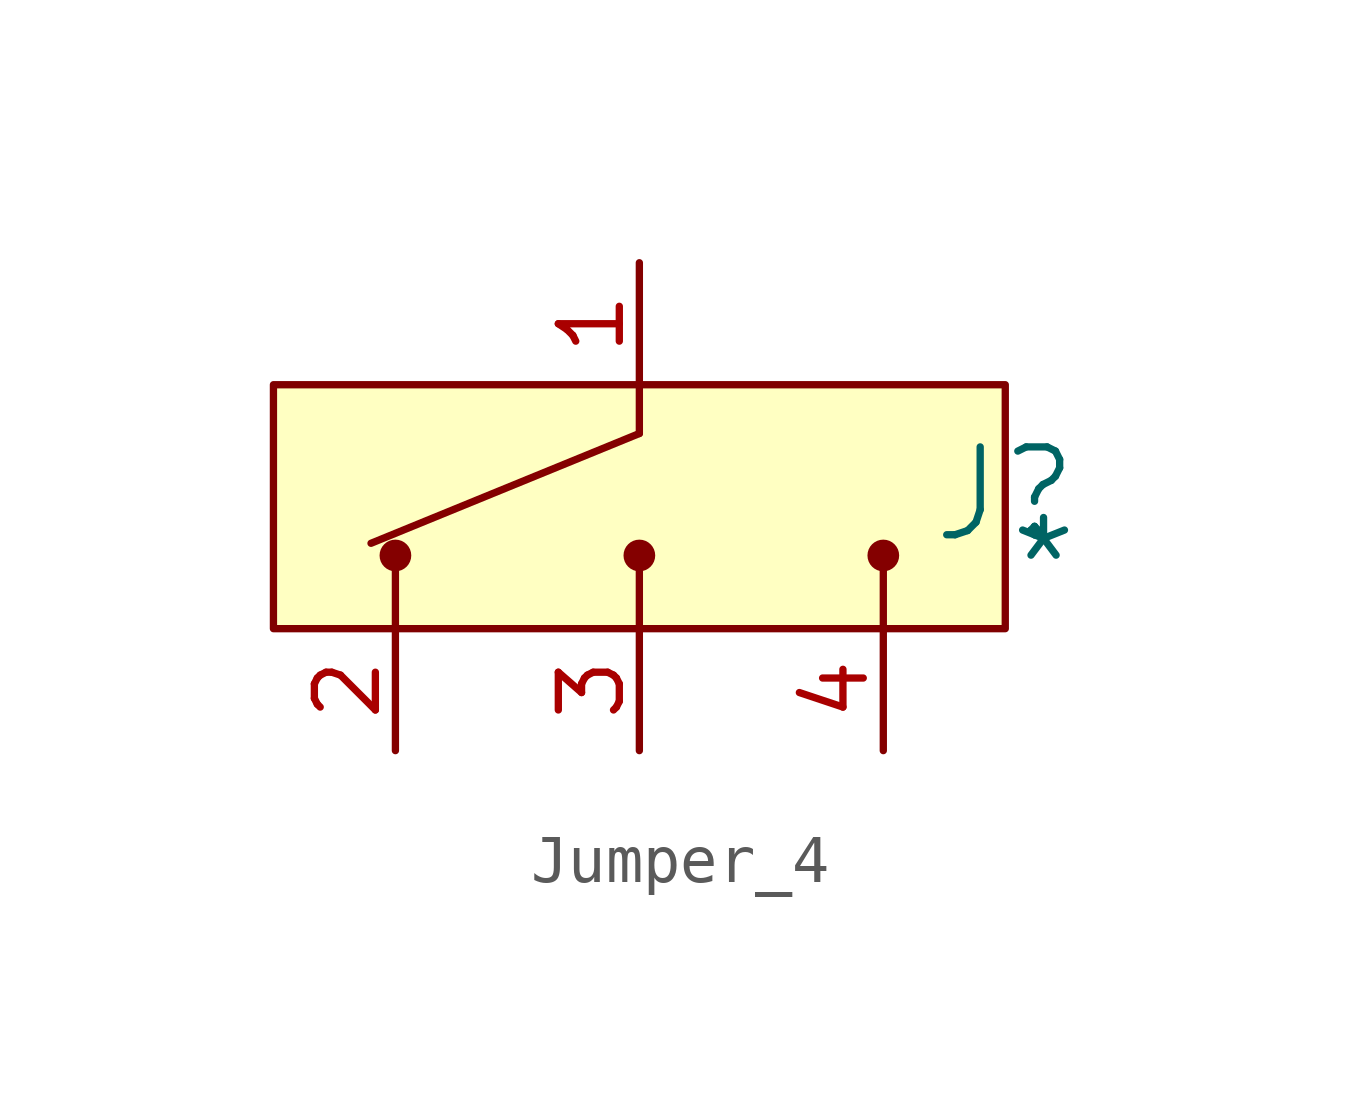
<source format=kicad_sym>
(kicad_symbol_lib
  (version 20241209)
  (generator "kicad_symbol_editor")
  (generator_version "9.0")
  (symbol "Jumper_4"
    (pin_names
      (hide yes))
    (property "Reference" "J"
      (at 15.24 -2.286 0)
      (effects (font (size 1.829 1.829))))
    (property "Value" "*"
      (at 15.24 -4.826 0)
      (effects (font (size 1.829 1.829)) (justify left bottom)))
    (symbol "Jumper_4_1_0"
      (circle (center 2.54 -3.556) (radius 0.254) (stroke (width 0) (type solid)) (fill (type outline)))
      (polyline (pts (xy 2.54 -5.08) (xy 2.54 -3.556)) (stroke (width 0) (type solid)) (fill (type none)))
      (polyline (pts (xy 7.62 0) (xy 7.62 -1.016)) (stroke (width 0) (type solid)) (fill (type none)))
      (polyline (pts (xy 7.62 -1.016) (xy 2.032 -3.302)) (stroke (width 0) (type solid)) (fill (type none)))
      (circle (center 7.62 -3.556) (radius 0.254) (stroke (width 0) (type solid)) (fill (type outline)))
      (polyline (pts (xy 7.62 -5.08) (xy 7.62 -3.556)) (stroke (width 0) (type solid)) (fill (type none)))
      (circle (center 12.7 -3.556) (radius 0.254) (stroke (width 0) (type solid)) (fill (type outline)))
      (polyline (pts (xy 12.7 -5.08) (xy 12.7 -3.556)) (stroke (width 0) (type solid)) (fill (type none)))
      (rectangle (start 15.24 0) (end 0 -5.08) (stroke (width 0) (type solid) (color 128 0 0 1)) (fill (type background)))
      (pin passive line (at 2.54 -7.62 90) (length 2.54) (name "2" (effects (font (size 1.27 1.27)))) (number "2" (effects (font (size 1.27 1.27)))))
      (pin passive line (at 7.62 2.54 270) (length 2.54) (name "1" (effects (font (size 1.27 1.27)))) (number "1" (effects (font (size 1.27 1.27)))))
      (pin passive line (at 7.62 -7.62 90) (length 2.54) (name "3" (effects (font (size 1.27 1.27)))) (number "3" (effects (font (size 1.27 1.27)))))
      (pin passive line (at 12.7 -7.62 90) (length 2.54) (name "4" (effects (font (size 1.27 1.27)))) (number "4" (effects (font (size 1.27 1.27))))))))
</source>
